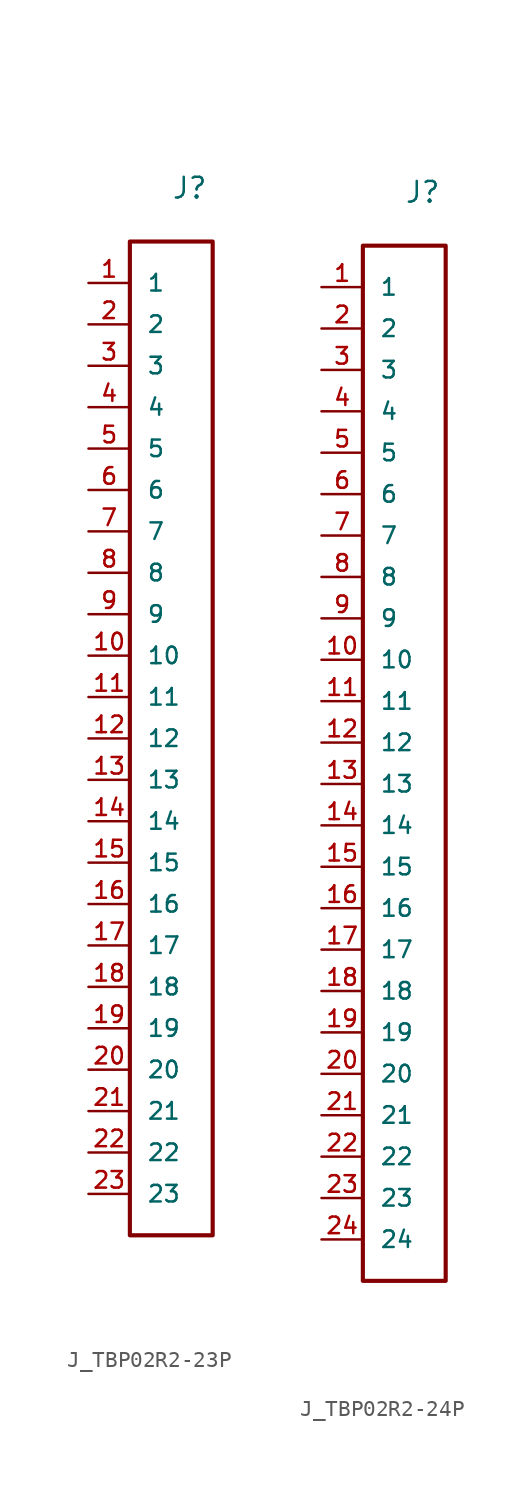
<source format=kicad_sym>
(kicad_symbol_lib
  (version 20231120)
  (generator "kicad_symbol_editor")
  (generator_version "8.0")
  (symbol "J_TBP02R2-23P"
    (pin_names
      (offset 1.016))
    (property "Reference" "J"
      (at 0 33.02 0)
      (effects (font (size 1.27 1.27)) (justify left bottom)))
    (symbol "J_TBP02R2-23P_0_0"
      (pin passive line (at -5.08 27.94 0) (length 2.54) (name "1" (effects (font (size 1.016 1.016)))) (number "1" (effects (font (size 1.016 1.016)))))
      (pin passive line (at -5.08 25.4 0) (length 2.54) (name "2" (effects (font (size 1.016 1.016)))) (number "2" (effects (font (size 1.016 1.016)))))
      (pin passive line (at -5.08 22.86 0) (length 2.54) (name "3" (effects (font (size 1.016 1.016)))) (number "3" (effects (font (size 1.016 1.016)))))
      (pin passive line (at -5.08 20.32 0) (length 2.54) (name "4" (effects (font (size 1.016 1.016)))) (number "4" (effects (font (size 1.016 1.016)))))
      (pin passive line (at -5.08 17.78 0) (length 2.54) (name "5" (effects (font (size 1.016 1.016)))) (number "5" (effects (font (size 1.016 1.016)))))
      (pin passive line (at -5.08 15.24 0) (length 2.54) (name "6" (effects (font (size 1.016 1.016)))) (number "6" (effects (font (size 1.016 1.016)))))
      (pin passive line (at -5.08 12.7 0) (length 2.54) (name "7" (effects (font (size 1.016 1.016)))) (number "7" (effects (font (size 1.016 1.016)))))
      (pin passive line (at -5.08 10.16 0) (length 2.54) (name "8" (effects (font (size 1.016 1.016)))) (number "8" (effects (font (size 1.016 1.016)))))
      (pin passive line (at -5.08 7.62 0) (length 2.54) (name "9" (effects (font (size 1.016 1.016)))) (number "9" (effects (font (size 1.016 1.016)))))
      (pin passive line (at -5.08 5.08 0) (length 2.54) (name "10" (effects (font (size 1.016 1.016)))) (number "10" (effects (font (size 1.016 1.016)))))
      (pin passive line (at -5.08 2.54 0) (length 2.54) (name "11" (effects (font (size 1.016 1.016)))) (number "11" (effects (font (size 1.016 1.016)))))
      (pin passive line (at -5.08 0.0 0) (length 2.54) (name "12" (effects (font (size 1.016 1.016)))) (number "12" (effects (font (size 1.016 1.016)))))
      (pin passive line (at -5.08 -2.54 0) (length 2.54) (name "13" (effects (font (size 1.016 1.016)))) (number "13" (effects (font (size 1.016 1.016)))))
      (pin passive line (at -5.08 -5.08 0) (length 2.54) (name "14" (effects (font (size 1.016 1.016)))) (number "14" (effects (font (size 1.016 1.016)))))
      (pin passive line (at -5.08 -7.62 0) (length 2.54) (name "15" (effects (font (size 1.016 1.016)))) (number "15" (effects (font (size 1.016 1.016)))))
      (pin passive line (at -5.08 -10.16 0) (length 2.54) (name "16" (effects (font (size 1.016 1.016)))) (number "16" (effects (font (size 1.016 1.016)))))
      (pin passive line (at -5.08 -12.7 0) (length 2.54) (name "17" (effects (font (size 1.016 1.016)))) (number "17" (effects (font (size 1.016 1.016)))))
      (pin passive line (at -5.08 -15.24 0) (length 2.54) (name "18" (effects (font (size 1.016 1.016)))) (number "18" (effects (font (size 1.016 1.016)))))
      (pin passive line (at -5.08 -17.78 0) (length 2.54) (name "19" (effects (font (size 1.016 1.016)))) (number "19" (effects (font (size 1.016 1.016)))))
      (pin passive line (at -5.08 -20.32 0) (length 2.54) (name "20" (effects (font (size 1.016 1.016)))) (number "20" (effects (font (size 1.016 1.016)))))
      (pin passive line (at -5.08 -22.86 0) (length 2.54) (name "21" (effects (font (size 1.016 1.016)))) (number "21" (effects (font (size 1.016 1.016)))))
      (pin passive line (at -5.08 -25.4 0) (length 2.54) (name "22" (effects (font (size 1.016 1.016)))) (number "22" (effects (font (size 1.016 1.016)))))
      (pin passive line (at -5.08 -27.94 0) (length 2.54) (name "23" (effects (font (size 1.016 1.016)))) (number "23" (effects (font (size 1.016 1.016))))))
    (symbol "J_TBP02R2-23P_1_0"
      (rectangle (start -2.54 30.48) (end 2.54 -30.48) (stroke (width 0.254) (type solid)) (fill (type none)))))
  (symbol "J_TBP02R2-24P"
    (pin_names
      (offset 1.016))
    (property "Reference" "J"
      (at 0 34.29 0)
      (effects (font (size 1.27 1.27)) (justify left bottom)))
    (symbol "J_TBP02R2-24P_0_0"
      (pin passive line (at -5.08 29.21 0) (length 2.54) (name "1" (effects (font (size 1.016 1.016)))) (number "1" (effects (font (size 1.016 1.016)))))
      (pin passive line (at -5.08 26.67 0) (length 2.54) (name "2" (effects (font (size 1.016 1.016)))) (number "2" (effects (font (size 1.016 1.016)))))
      (pin passive line (at -5.08 24.13 0) (length 2.54) (name "3" (effects (font (size 1.016 1.016)))) (number "3" (effects (font (size 1.016 1.016)))))
      (pin passive line (at -5.08 21.59 0) (length 2.54) (name "4" (effects (font (size 1.016 1.016)))) (number "4" (effects (font (size 1.016 1.016)))))
      (pin passive line (at -5.08 19.05 0) (length 2.54) (name "5" (effects (font (size 1.016 1.016)))) (number "5" (effects (font (size 1.016 1.016)))))
      (pin passive line (at -5.08 16.51 0) (length 2.54) (name "6" (effects (font (size 1.016 1.016)))) (number "6" (effects (font (size 1.016 1.016)))))
      (pin passive line (at -5.08 13.97 0) (length 2.54) (name "7" (effects (font (size 1.016 1.016)))) (number "7" (effects (font (size 1.016 1.016)))))
      (pin passive line (at -5.08 11.43 0) (length 2.54) (name "8" (effects (font (size 1.016 1.016)))) (number "8" (effects (font (size 1.016 1.016)))))
      (pin passive line (at -5.08 8.89 0) (length 2.54) (name "9" (effects (font (size 1.016 1.016)))) (number "9" (effects (font (size 1.016 1.016)))))
      (pin passive line (at -5.08 6.35 0) (length 2.54) (name "10" (effects (font (size 1.016 1.016)))) (number "10" (effects (font (size 1.016 1.016)))))
      (pin passive line (at -5.08 3.81 0) (length 2.54) (name "11" (effects (font (size 1.016 1.016)))) (number "11" (effects (font (size 1.016 1.016)))))
      (pin passive line (at -5.08 1.27 0) (length 2.54) (name "12" (effects (font (size 1.016 1.016)))) (number "12" (effects (font (size 1.016 1.016)))))
      (pin passive line (at -5.08 -1.27 0) (length 2.54) (name "13" (effects (font (size 1.016 1.016)))) (number "13" (effects (font (size 1.016 1.016)))))
      (pin passive line (at -5.08 -3.81 0) (length 2.54) (name "14" (effects (font (size 1.016 1.016)))) (number "14" (effects (font (size 1.016 1.016)))))
      (pin passive line (at -5.08 -6.35 0) (length 2.54) (name "15" (effects (font (size 1.016 1.016)))) (number "15" (effects (font (size 1.016 1.016)))))
      (pin passive line (at -5.08 -8.89 0) (length 2.54) (name "16" (effects (font (size 1.016 1.016)))) (number "16" (effects (font (size 1.016 1.016)))))
      (pin passive line (at -5.08 -11.43 0) (length 2.54) (name "17" (effects (font (size 1.016 1.016)))) (number "17" (effects (font (size 1.016 1.016)))))
      (pin passive line (at -5.08 -13.97 0) (length 2.54) (name "18" (effects (font (size 1.016 1.016)))) (number "18" (effects (font (size 1.016 1.016)))))
      (pin passive line (at -5.08 -16.51 0) (length 2.54) (name "19" (effects (font (size 1.016 1.016)))) (number "19" (effects (font (size 1.016 1.016)))))
      (pin passive line (at -5.08 -19.05 0) (length 2.54) (name "20" (effects (font (size 1.016 1.016)))) (number "20" (effects (font (size 1.016 1.016)))))
      (pin passive line (at -5.08 -21.59 0) (length 2.54) (name "21" (effects (font (size 1.016 1.016)))) (number "21" (effects (font (size 1.016 1.016)))))
      (pin passive line (at -5.08 -24.13 0) (length 2.54) (name "22" (effects (font (size 1.016 1.016)))) (number "22" (effects (font (size 1.016 1.016)))))
      (pin passive line (at -5.08 -26.67 0) (length 2.54) (name "23" (effects (font (size 1.016 1.016)))) (number "23" (effects (font (size 1.016 1.016)))))
      (pin passive line (at -5.08 -29.21 0) (length 2.54) (name "24" (effects (font (size 1.016 1.016)))) (number "24" (effects (font (size 1.016 1.016))))))
    (symbol "J_TBP02R2-24P_1_0"
      (rectangle (start -2.54 31.75) (end 2.54 -31.75) (stroke (width 0.254) (type solid)) (fill (type none))))))
</source>
